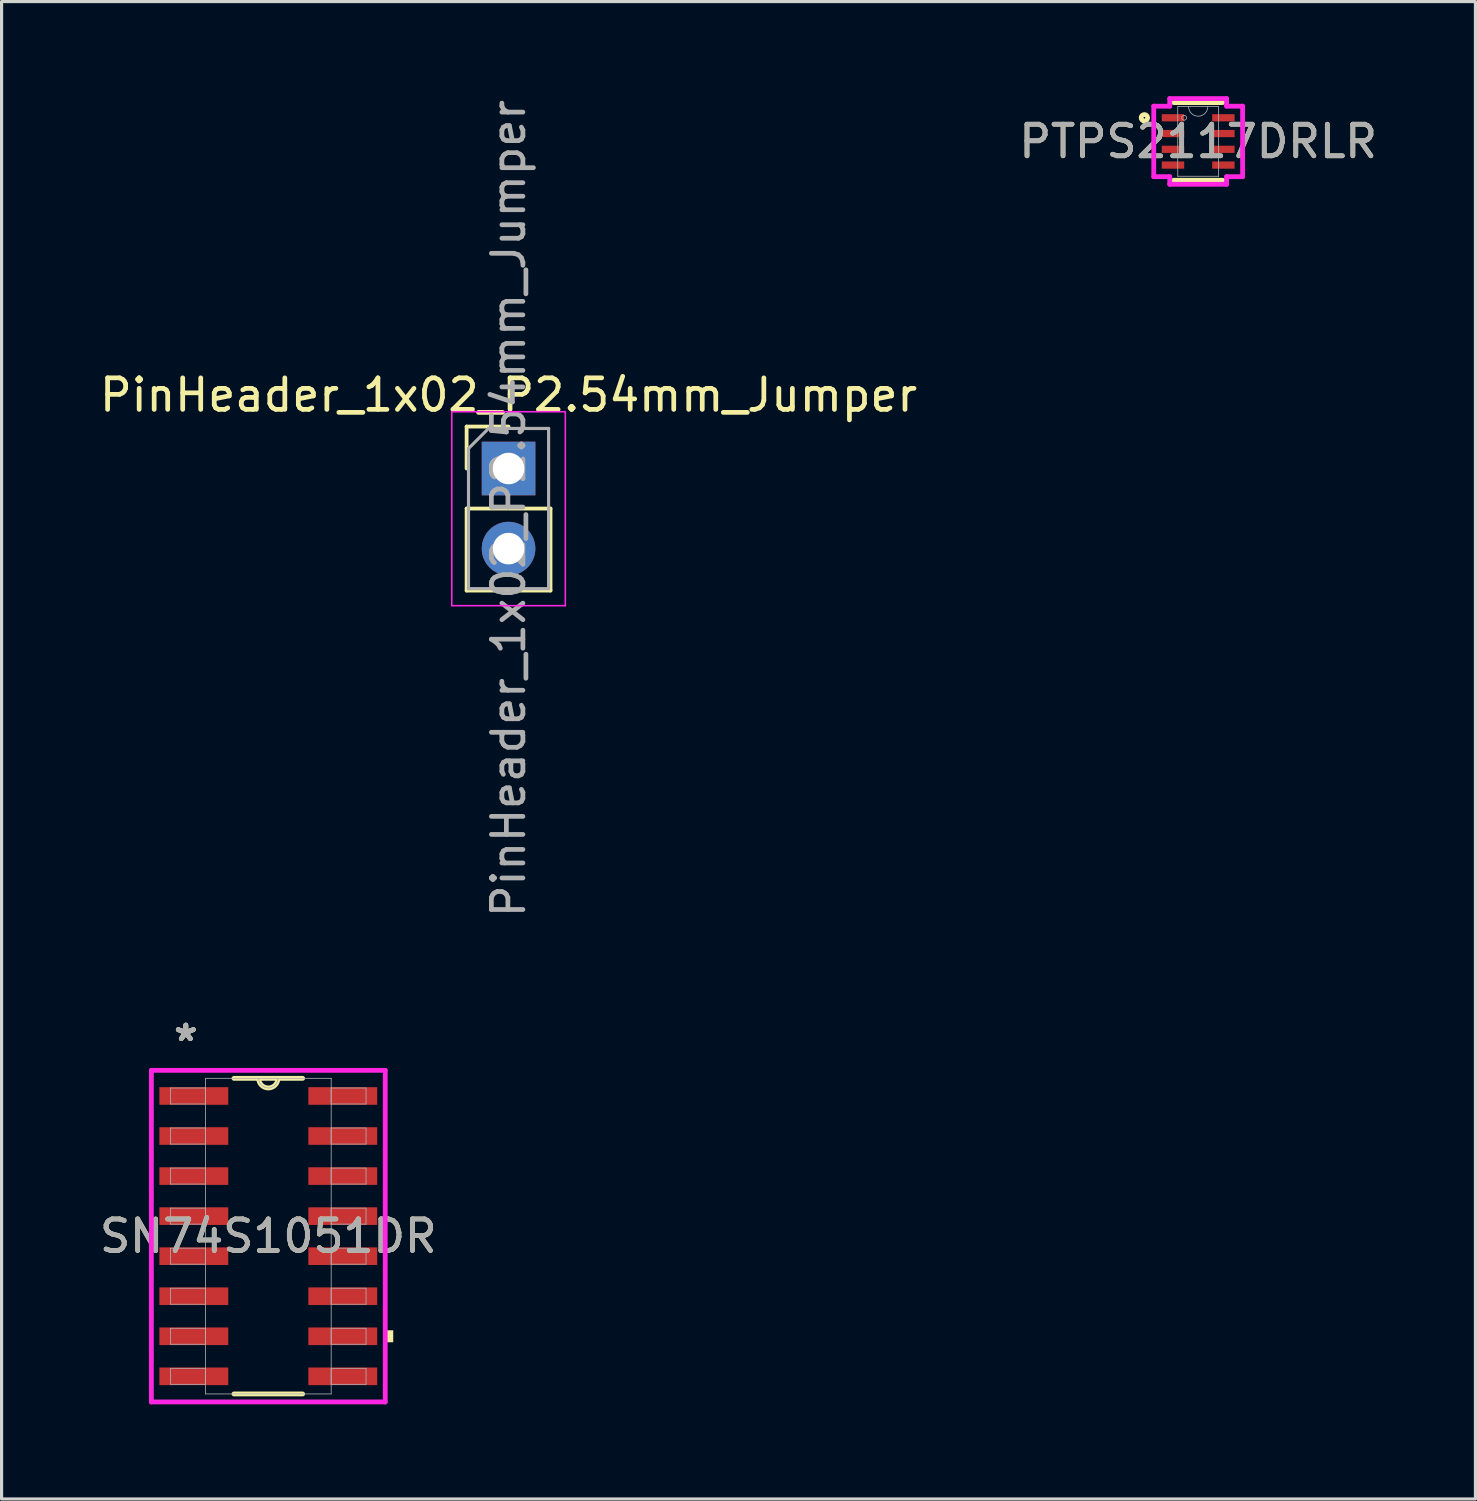
<source format=kicad_pcb>
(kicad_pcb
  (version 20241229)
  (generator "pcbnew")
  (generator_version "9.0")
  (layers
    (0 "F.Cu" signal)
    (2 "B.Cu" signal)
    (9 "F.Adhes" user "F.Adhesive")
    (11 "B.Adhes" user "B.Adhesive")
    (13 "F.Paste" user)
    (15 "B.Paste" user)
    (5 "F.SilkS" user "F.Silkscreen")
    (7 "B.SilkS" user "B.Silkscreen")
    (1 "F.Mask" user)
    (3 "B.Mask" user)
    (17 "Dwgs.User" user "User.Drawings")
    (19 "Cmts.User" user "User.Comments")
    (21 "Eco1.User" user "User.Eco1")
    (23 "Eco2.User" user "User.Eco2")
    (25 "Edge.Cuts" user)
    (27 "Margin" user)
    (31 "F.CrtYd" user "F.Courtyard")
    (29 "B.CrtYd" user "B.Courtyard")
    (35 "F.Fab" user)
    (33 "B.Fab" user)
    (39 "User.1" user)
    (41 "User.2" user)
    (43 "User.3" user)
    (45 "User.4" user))
  (footprint "PTPS2117DRLR"
    (layer "F.Cu")
    (at 34.946 1.435)
    (property "Reference" "PTPS2117DRLR" (at 0 0 0) (unlocked yes) (layer "F.SilkS") (effects (font (size 1 1) (thickness 0.15))))
    (attr smd)
    (fp_line (start -0.775 1.232) (end 0.775 1.232) (stroke (width 0.152) (type solid)) (layer "F.SilkS"))
    (fp_line (start 0.775 -1.232) (end -0.775 -1.232) (stroke (width 0.152) (type solid)) (layer "F.SilkS"))
    (fp_circle (center -1.706 -0.75) (end -1.604 -0.75) (stroke (width 0.152) (type solid)) (fill no) (layer "F.SilkS"))
    (fp_line (start -1.409 -1.118) (end -0.902 -1.118) (stroke (width 0.152) (type solid)) (layer "F.CrtYd"))
    (fp_line (start -1.409 1.118) (end -1.409 -1.118) (stroke (width 0.152) (type solid)) (layer "F.CrtYd"))
    (fp_line (start -1.409 1.118) (end -0.902 1.118) (stroke (width 0.152) (type solid)) (layer "F.CrtYd"))
    (fp_line (start -0.902 -1.359) (end 0.902 -1.359) (stroke (width 0.152) (type solid)) (layer "F.CrtYd"))
    (fp_line (start -0.902 -1.118) (end -0.902 -1.359) (stroke (width 0.152) (type solid)) (layer "F.CrtYd"))
    (fp_line (start -0.902 1.359) (end -0.902 1.118) (stroke (width 0.152) (type solid)) (layer "F.CrtYd"))
    (fp_line (start 0.902 -1.359) (end 0.902 -1.118) (stroke (width 0.152) (type solid)) (layer "F.CrtYd"))
    (fp_line (start 0.902 1.118) (end 0.902 1.359) (stroke (width 0.152) (type solid)) (layer "F.CrtYd"))
    (fp_line (start 0.902 1.359) (end -0.902 1.359) (stroke (width 0.152) (type solid)) (layer "F.CrtYd"))
    (fp_line (start 1.409 -1.118) (end 0.902 -1.118) (stroke (width 0.152) (type solid)) (layer "F.CrtYd"))
    (fp_line (start 1.409 -1.118) (end 1.409 1.118) (stroke (width 0.152) (type solid)) (layer "F.CrtYd"))
    (fp_line (start 1.409 1.118) (end 0.902 1.118) (stroke (width 0.152) (type solid)) (layer "F.CrtYd"))
    (fp_line (start -0.648 -1.105) (end -0.648 1.105) (stroke (width 0.025) (type solid)) (layer "F.Fab"))
    (fp_line (start -0.648 1.105) (end 0.648 1.105) (stroke (width 0.025) (type solid)) (layer "F.Fab"))
    (fp_line (start 0.648 -1.105) (end -0.648 -1.105) (stroke (width 0.025) (type solid)) (layer "F.Fab"))
    (fp_line (start 0.648 1.105) (end 0.648 -1.105) (stroke (width 0.025) (type solid)) (layer "F.Fab"))
    (fp_arc (start 0.3048 -1.1049) (mid 0 -0.8001) (end -0.3048 -1.1049) (stroke (width 0.0254) (type solid)) (layer "F.Fab"))
    (fp_circle (center -0.444 -0.75) (end -0.367 -0.75) (stroke (width 0.025) (type solid)) (fill no) (layer "F.Fab"))
    (fp_text user "${REFERENCE}" (at 0 0 0) (unlocked yes) (layer "F.Fab") (effects (font (size 1 1) (thickness 0.15))))
    (pad "1" smd rect (at -0.799 -0.75) (size 0.711 0.229) (layers "F.Cu" "F.Mask" "F.Paste"))
    (pad "2" smd rect (at -0.799 -0.25) (size 0.711 0.229) (layers "F.Cu" "F.Mask" "F.Paste"))
    (pad "3" smd rect (at -0.799 0.25) (size 0.711 0.229) (layers "F.Cu" "F.Mask" "F.Paste"))
    (pad "4" smd rect (at -0.799 0.75) (size 0.711 0.229) (layers "F.Cu" "F.Mask" "F.Paste"))
    (pad "5" smd rect (at 0.799 0.75) (size 0.711 0.229) (layers "F.Cu" "F.Mask" "F.Paste"))
    (pad "6" smd rect (at 0.799 0.25) (size 0.711 0.229) (layers "F.Cu" "F.Mask" "F.Paste"))
    (pad "7" smd rect (at 0.799 -0.25) (size 0.711 0.229) (layers "F.Cu" "F.Mask" "F.Paste"))
    (pad "8" smd rect (at 0.799 -0.75) (size 0.711 0.229) (layers "F.Cu" "F.Mask" "F.Paste")))
  (footprint "SN74S1051DR"
    (layer "F.Cu")
    (at 5.458 36.15)
    (property "Reference" "SN74S1051DR" (at 0 0 0) (unlocked yes) (layer "F.SilkS") (effects (font (size 1 1) (thickness 0.15))))
    (attr smd)
    (fp_line (start -1.089 5.004) (end 1.089 5.004) (stroke (width 0.152) (type solid)) (layer "F.SilkS"))
    (fp_line (start 1.089 -5.004) (end -1.089 -5.004) (stroke (width 0.152) (type solid)) (layer "F.SilkS"))
    (fp_arc (start 0.3048 -5.0038) (mid 0 -4.699) (end -0.3048 -5.0038) (stroke (width 0.1524) (type solid)) (layer "F.SilkS"))
    (fp_poly (pts (xy 3.962 2.985) (xy 3.962 3.365) (xy 3.708 3.365) (xy 3.708 2.985)) (stroke (width 0) (type solid)) (fill yes) (layer "F.SilkS"))
    (fp_line (start -3.708 -5.258) (end 3.708 -5.258) (stroke (width 0.152) (type solid)) (layer "F.CrtYd"))
    (fp_line (start -3.708 5.258) (end -3.708 -5.258) (stroke (width 0.152) (type solid)) (layer "F.CrtYd"))
    (fp_line (start 3.708 -5.258) (end 3.708 5.258) (stroke (width 0.152) (type solid)) (layer "F.CrtYd"))
    (fp_line (start 3.708 5.258) (end -3.708 5.258) (stroke (width 0.152) (type solid)) (layer "F.CrtYd"))
    (fp_line (start -3.099 -4.699) (end -3.099 -4.191) (stroke (width 0.025) (type solid)) (layer "F.Fab"))
    (fp_line (start -3.099 -4.191) (end -1.994 -4.191) (stroke (width 0.025) (type solid)) (layer "F.Fab"))
    (fp_line (start -3.099 -3.429) (end -3.099 -2.921) (stroke (width 0.025) (type solid)) (layer "F.Fab"))
    (fp_line (start -3.099 -2.921) (end -1.994 -2.921) (stroke (width 0.025) (type solid)) (layer "F.Fab"))
    (fp_line (start -3.099 -2.159) (end -3.099 -1.651) (stroke (width 0.025) (type solid)) (layer "F.Fab"))
    (fp_line (start -3.099 -1.651) (end -1.994 -1.651) (stroke (width 0.025) (type solid)) (layer "F.Fab"))
    (fp_line (start -3.099 -0.889) (end -3.099 -0.381) (stroke (width 0.025) (type solid)) (layer "F.Fab"))
    (fp_line (start -3.099 -0.381) (end -1.994 -0.381) (stroke (width 0.025) (type solid)) (layer "F.Fab"))
    (fp_line (start -3.099 0.381) (end -3.099 0.889) (stroke (width 0.025) (type solid)) (layer "F.Fab"))
    (fp_line (start -3.099 0.889) (end -1.994 0.889) (stroke (width 0.025) (type solid)) (layer "F.Fab"))
    (fp_line (start -3.099 1.651) (end -3.099 2.159) (stroke (width 0.025) (type solid)) (layer "F.Fab"))
    (fp_line (start -3.099 2.159) (end -1.994 2.159) (stroke (width 0.025) (type solid)) (layer "F.Fab"))
    (fp_line (start -3.099 2.921) (end -3.099 3.429) (stroke (width 0.025) (type solid)) (layer "F.Fab"))
    (fp_line (start -3.099 3.429) (end -1.994 3.429) (stroke (width 0.025) (type solid)) (layer "F.Fab"))
    (fp_line (start -3.099 4.191) (end -3.099 4.699) (stroke (width 0.025) (type solid)) (layer "F.Fab"))
    (fp_line (start -3.099 4.699) (end -1.994 4.699) (stroke (width 0.025) (type solid)) (layer "F.Fab"))
    (fp_line (start -1.994 -5.004) (end -1.994 5.004) (stroke (width 0.025) (type solid)) (layer "F.Fab"))
    (fp_line (start -1.994 -4.699) (end -3.099 -4.699) (stroke (width 0.025) (type solid)) (layer "F.Fab"))
    (fp_line (start -1.994 -4.191) (end -1.994 -4.699) (stroke (width 0.025) (type solid)) (layer "F.Fab"))
    (fp_line (start -1.994 -3.429) (end -3.099 -3.429) (stroke (width 0.025) (type solid)) (layer "F.Fab"))
    (fp_line (start -1.994 -2.921) (end -1.994 -3.429) (stroke (width 0.025) (type solid)) (layer "F.Fab"))
    (fp_line (start -1.994 -2.159) (end -3.099 -2.159) (stroke (width 0.025) (type solid)) (layer "F.Fab"))
    (fp_line (start -1.994 -1.651) (end -1.994 -2.159) (stroke (width 0.025) (type solid)) (layer "F.Fab"))
    (fp_line (start -1.994 -0.889) (end -3.099 -0.889) (stroke (width 0.025) (type solid)) (layer "F.Fab"))
    (fp_line (start -1.994 -0.381) (end -1.994 -0.889) (stroke (width 0.025) (type solid)) (layer "F.Fab"))
    (fp_line (start -1.994 0.381) (end -3.099 0.381) (stroke (width 0.025) (type solid)) (layer "F.Fab"))
    (fp_line (start -1.994 0.889) (end -1.994 0.381) (stroke (width 0.025) (type solid)) (layer "F.Fab"))
    (fp_line (start -1.994 1.651) (end -3.099 1.651) (stroke (width 0.025) (type solid)) (layer "F.Fab"))
    (fp_line (start -1.994 2.159) (end -1.994 1.651) (stroke (width 0.025) (type solid)) (layer "F.Fab"))
    (fp_line (start -1.994 2.921) (end -3.099 2.921) (stroke (width 0.025) (type solid)) (layer "F.Fab"))
    (fp_line (start -1.994 3.429) (end -1.994 2.921) (stroke (width 0.025) (type solid)) (layer "F.Fab"))
    (fp_line (start -1.994 4.191) (end -3.099 4.191) (stroke (width 0.025) (type solid)) (layer "F.Fab"))
    (fp_line (start -1.994 4.699) (end -1.994 4.191) (stroke (width 0.025) (type solid)) (layer "F.Fab"))
    (fp_line (start -1.994 5.004) (end 1.994 5.004) (stroke (width 0.025) (type solid)) (layer "F.Fab"))
    (fp_line (start 1.994 -5.004) (end -1.994 -5.004) (stroke (width 0.025) (type solid)) (layer "F.Fab"))
    (fp_line (start 1.994 -4.699) (end 1.994 -4.191) (stroke (width 0.025) (type solid)) (layer "F.Fab"))
    (fp_line (start 1.994 -4.191) (end 3.099 -4.191) (stroke (width 0.025) (type solid)) (layer "F.Fab"))
    (fp_line (start 1.994 -3.429) (end 1.994 -2.921) (stroke (width 0.025) (type solid)) (layer "F.Fab"))
    (fp_line (start 1.994 -2.921) (end 3.099 -2.921) (stroke (width 0.025) (type solid)) (layer "F.Fab"))
    (fp_line (start 1.994 -2.159) (end 1.994 -1.651) (stroke (width 0.025) (type solid)) (layer "F.Fab"))
    (fp_line (start 1.994 -1.651) (end 3.099 -1.651) (stroke (width 0.025) (type solid)) (layer "F.Fab"))
    (fp_line (start 1.994 -0.889) (end 1.994 -0.381) (stroke (width 0.025) (type solid)) (layer "F.Fab"))
    (fp_line (start 1.994 -0.381) (end 3.099 -0.381) (stroke (width 0.025) (type solid)) (layer "F.Fab"))
    (fp_line (start 1.994 0.381) (end 1.994 0.889) (stroke (width 0.025) (type solid)) (layer "F.Fab"))
    (fp_line (start 1.994 0.889) (end 3.099 0.889) (stroke (width 0.025) (type solid)) (layer "F.Fab"))
    (fp_line (start 1.994 1.651) (end 1.994 2.159) (stroke (width 0.025) (type solid)) (layer "F.Fab"))
    (fp_line (start 1.994 2.159) (end 3.099 2.159) (stroke (width 0.025) (type solid)) (layer "F.Fab"))
    (fp_line (start 1.994 2.921) (end 1.994 3.429) (stroke (width 0.025) (type solid)) (layer "F.Fab"))
    (fp_line (start 1.994 3.429) (end 3.099 3.429) (stroke (width 0.025) (type solid)) (layer "F.Fab"))
    (fp_line (start 1.994 4.191) (end 1.994 4.699) (stroke (width 0.025) (type solid)) (layer "F.Fab"))
    (fp_line (start 1.994 4.699) (end 3.099 4.699) (stroke (width 0.025) (type solid)) (layer "F.Fab"))
    (fp_line (start 1.994 5.004) (end 1.994 -5.004) (stroke (width 0.025) (type solid)) (layer "F.Fab"))
    (fp_line (start 3.099 -4.699) (end 1.994 -4.699) (stroke (width 0.025) (type solid)) (layer "F.Fab"))
    (fp_line (start 3.099 -4.191) (end 3.099 -4.699) (stroke (width 0.025) (type solid)) (layer "F.Fab"))
    (fp_line (start 3.099 -3.429) (end 1.994 -3.429) (stroke (width 0.025) (type solid)) (layer "F.Fab"))
    (fp_line (start 3.099 -2.921) (end 3.099 -3.429) (stroke (width 0.025) (type solid)) (layer "F.Fab"))
    (fp_line (start 3.099 -2.159) (end 1.994 -2.159) (stroke (width 0.025) (type solid)) (layer "F.Fab"))
    (fp_line (start 3.099 -1.651) (end 3.099 -2.159) (stroke (width 0.025) (type solid)) (layer "F.Fab"))
    (fp_line (start 3.099 -0.889) (end 1.994 -0.889) (stroke (width 0.025) (type solid)) (layer "F.Fab"))
    (fp_line (start 3.099 -0.381) (end 3.099 -0.889) (stroke (width 0.025) (type solid)) (layer "F.Fab"))
    (fp_line (start 3.099 0.381) (end 1.994 0.381) (stroke (width 0.025) (type solid)) (layer "F.Fab"))
    (fp_line (start 3.099 0.889) (end 3.099 0.381) (stroke (width 0.025) (type solid)) (layer "F.Fab"))
    (fp_line (start 3.099 1.651) (end 1.994 1.651) (stroke (width 0.025) (type solid)) (layer "F.Fab"))
    (fp_line (start 3.099 2.159) (end 3.099 1.651) (stroke (width 0.025) (type solid)) (layer "F.Fab"))
    (fp_line (start 3.099 2.921) (end 1.994 2.921) (stroke (width 0.025) (type solid)) (layer "F.Fab"))
    (fp_line (start 3.099 3.429) (end 3.099 2.921) (stroke (width 0.025) (type solid)) (layer "F.Fab"))
    (fp_line (start 3.099 4.191) (end 1.994 4.191) (stroke (width 0.025) (type solid)) (layer "F.Fab"))
    (fp_line (start 3.099 4.699) (end 3.099 4.191) (stroke (width 0.025) (type solid)) (layer "F.Fab"))
    (fp_arc (start 0.3048 -5.0038) (mid 0 -4.699) (end -0.3048 -5.0038) (stroke (width 0.0254) (type solid)) (layer "F.Fab"))
    (fp_text user "*" (at -2.616 -6.147 0) (unlocked yes) (layer "F.SilkS") (effects (font (size 1 1) (thickness 0.15))))
    (fp_text user "*" (at -2.616 -6.147 0) (layer "F.SilkS") (effects (font (size 1 1) (thickness 0.15))))
    (fp_text user "${REFERENCE}" (at 0 0 0) (unlocked yes) (layer "F.Fab") (effects (font (size 1 1) (thickness 0.15))))
    (fp_text user "*" (at -2.616 -6.147 0) (unlocked yes) (layer "F.Fab") (effects (font (size 1 1) (thickness 0.15))))
    (fp_text user "*" (at -2.616 -6.147 0) (layer "F.Fab") (effects (font (size 1 1) (thickness 0.15))))
    (pad "1" smd rect (at -2.362 -4.445) (size 2.184 0.559) (layers "F.Cu" "F.Mask" "F.Paste"))
    (pad "2" smd rect (at -2.362 -3.175) (size 2.184 0.559) (layers "F.Cu" "F.Mask" "F.Paste"))
    (pad "3" smd rect (at -2.362 -1.905) (size 2.184 0.559) (layers "F.Cu" "F.Mask" "F.Paste"))
    (pad "4" smd rect (at -2.362 -0.635) (size 2.184 0.559) (layers "F.Cu" "F.Mask" "F.Paste"))
    (pad "5" smd rect (at -2.362 0.635) (size 2.184 0.559) (layers "F.Cu" "F.Mask" "F.Paste"))
    (pad "6" smd rect (at -2.362 1.905) (size 2.184 0.559) (layers "F.Cu" "F.Mask" "F.Paste"))
    (pad "7" smd rect (at -2.362 3.175) (size 2.184 0.559) (layers "F.Cu" "F.Mask" "F.Paste"))
    (pad "8" smd rect (at -2.362 4.445) (size 2.184 0.559) (layers "F.Cu" "F.Mask" "F.Paste"))
    (pad "9" smd rect (at 2.362 4.445) (size 2.184 0.559) (layers "F.Cu" "F.Mask" "F.Paste"))
    (pad "10" smd rect (at 2.362 3.175) (size 2.184 0.559) (layers "F.Cu" "F.Mask" "F.Paste"))
    (pad "11" smd rect (at 2.362 1.905) (size 2.184 0.559) (layers "F.Cu" "F.Mask" "F.Paste"))
    (pad "12" smd rect (at 2.362 0.635) (size 2.184 0.559) (layers "F.Cu" "F.Mask" "F.Paste"))
    (pad "13" smd rect (at 2.362 -0.635) (size 2.184 0.559) (layers "F.Cu" "F.Mask" "F.Paste"))
    (pad "14" smd rect (at 2.362 -1.905) (size 2.184 0.559) (layers "F.Cu" "F.Mask" "F.Paste"))
    (pad "15" smd rect (at 2.362 -3.175) (size 2.184 0.559) (layers "F.Cu" "F.Mask" "F.Paste"))
    (pad "16" smd rect (at 2.362 -4.445) (size 2.184 0.559) (layers "F.Cu" "F.Mask" "F.Paste")))
  (footprint "PinHeader_1x02_P2.54mm_Jumper"
    (layer "F.Cu")
    (at 13.077 11.807)
    (property "Reference" "PinHeader_1x02_P2.54mm_Jumper" (at 0 -2.33 0) (layer "F.SilkS") (effects (font (size 1 1) (thickness 0.15))))
    (attr through_hole)
    (fp_line (start -1.33 -1.33) (end 0 -1.33) (stroke (width 0.12) (type solid)) (layer "F.SilkS"))
    (fp_line (start -1.33 0) (end -1.33 -1.33) (stroke (width 0.12) (type solid)) (layer "F.SilkS"))
    (fp_line (start -1.33 1.27) (end -1.33 3.87) (stroke (width 0.12) (type solid)) (layer "F.SilkS"))
    (fp_line (start -1.33 1.27) (end 1.33 1.27) (stroke (width 0.12) (type solid)) (layer "F.SilkS"))
    (fp_line (start -1.33 3.87) (end 1.33 3.87) (stroke (width 0.12) (type solid)) (layer "F.SilkS"))
    (fp_line (start 1.33 1.27) (end 1.33 3.87) (stroke (width 0.12) (type solid)) (layer "F.SilkS"))
    (fp_line (start -1.8 -1.8) (end -1.8 4.35) (stroke (width 0.05) (type solid)) (layer "F.CrtYd"))
    (fp_line (start -1.8 4.35) (end 1.8 4.35) (stroke (width 0.05) (type solid)) (layer "F.CrtYd"))
    (fp_line (start 1.8 -1.8) (end -1.8 -1.8) (stroke (width 0.05) (type solid)) (layer "F.CrtYd"))
    (fp_line (start 1.8 4.35) (end 1.8 -1.8) (stroke (width 0.05) (type solid)) (layer "F.CrtYd"))
    (fp_line (start -1.27 -0.635) (end -0.635 -1.27) (stroke (width 0.1) (type solid)) (layer "F.Fab"))
    (fp_line (start -1.27 3.81) (end -1.27 -0.635) (stroke (width 0.1) (type solid)) (layer "F.Fab"))
    (fp_line (start -0.635 -1.27) (end 1.27 -1.27) (stroke (width 0.1) (type solid)) (layer "F.Fab"))
    (fp_line (start 1.27 -1.27) (end 1.27 3.81) (stroke (width 0.1) (type solid)) (layer "F.Fab"))
    (fp_line (start 1.27 3.81) (end -1.27 3.81) (stroke (width 0.1) (type solid)) (layer "F.Fab"))
    (fp_text user "${REFERENCE}" (at 0 1.27 90) (layer "F.Fab") (effects (font (size 1 1) (thickness 0.15))))
    (pad "1" thru_hole rect (at 0 0) (size 1.7 1.7) (drill 1) (layers "*.Cu" "*.Mask"))
    (pad "2" thru_hole oval (at 0 2.54) (size 1.7 1.7) (drill 1) (layers "*.Cu" "*.Mask")))
  (gr_rect
    (start -3 -3)
    (end 43.738 44.484)
    (stroke (width 0.1) (type default))
    (fill no)
    (layer "Edge.Cuts")))
</source>
